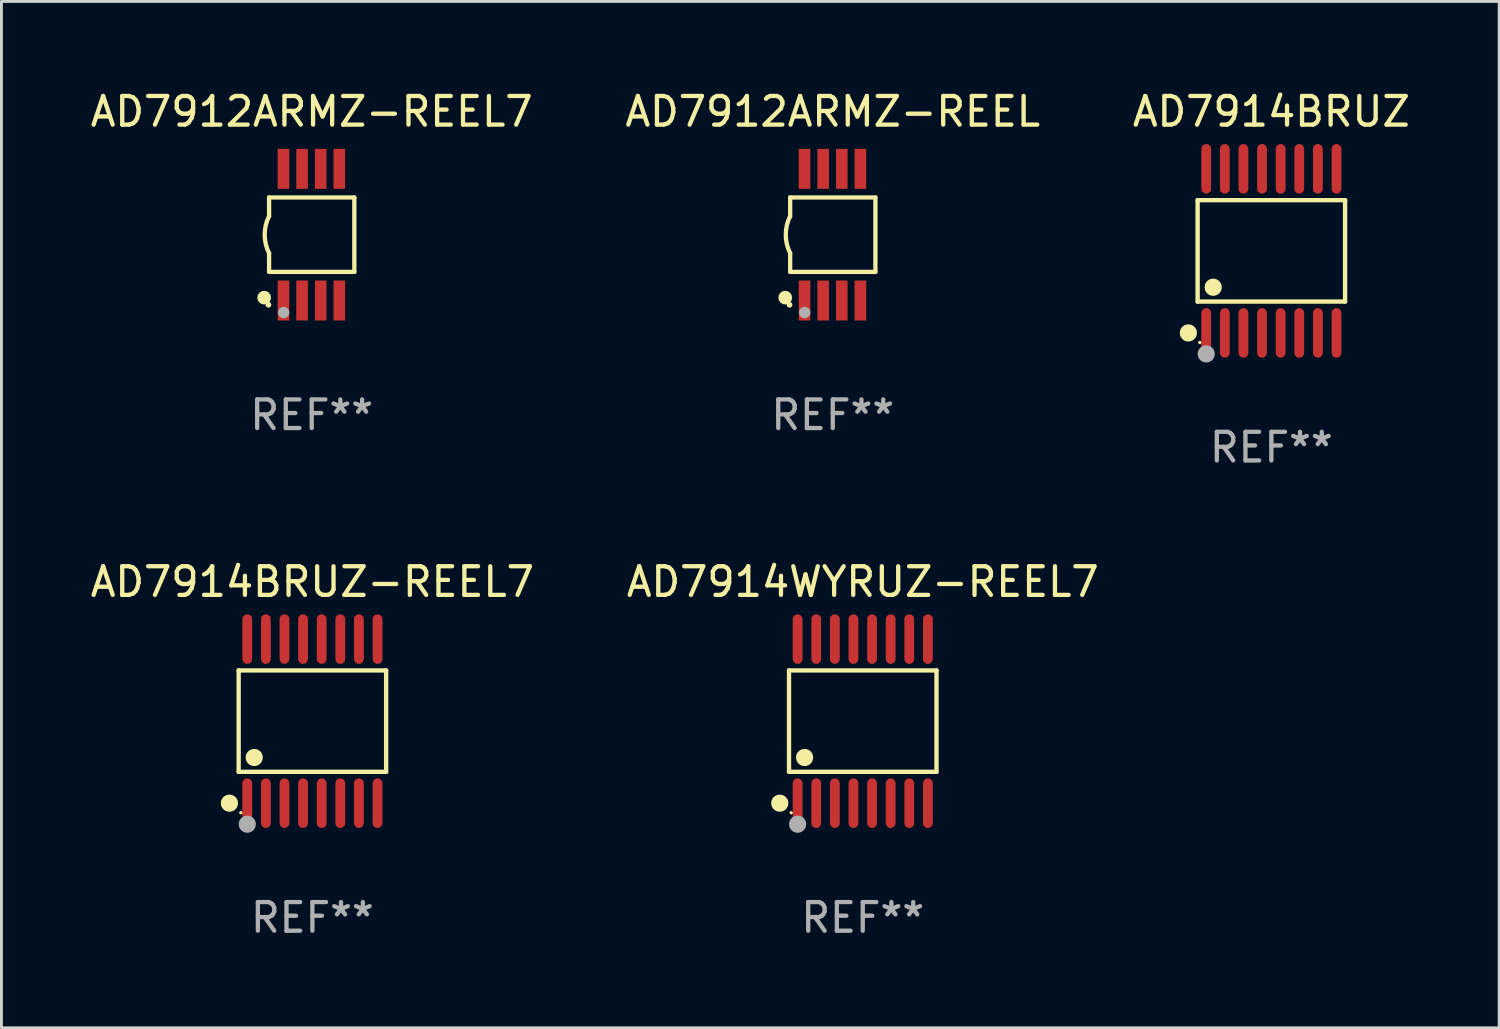
<source format=kicad_pcb>
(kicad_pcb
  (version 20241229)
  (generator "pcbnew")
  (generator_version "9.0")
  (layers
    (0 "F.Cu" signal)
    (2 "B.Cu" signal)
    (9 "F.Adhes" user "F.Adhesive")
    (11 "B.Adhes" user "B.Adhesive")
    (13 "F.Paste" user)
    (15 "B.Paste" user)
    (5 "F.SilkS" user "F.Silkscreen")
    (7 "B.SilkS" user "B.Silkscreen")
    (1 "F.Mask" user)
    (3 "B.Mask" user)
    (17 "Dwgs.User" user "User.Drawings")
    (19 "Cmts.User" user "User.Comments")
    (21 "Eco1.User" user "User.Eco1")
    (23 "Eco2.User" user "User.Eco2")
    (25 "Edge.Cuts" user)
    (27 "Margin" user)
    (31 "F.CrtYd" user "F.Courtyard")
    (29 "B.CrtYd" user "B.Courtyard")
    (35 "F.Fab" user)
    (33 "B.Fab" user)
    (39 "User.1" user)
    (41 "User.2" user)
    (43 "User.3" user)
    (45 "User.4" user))
  (footprint "AD7914WYRUZ-REEL7"
    (layer "F.Cu")
    (at 27.089 22.142)
    (property "Reference" "AD7914WYRUZ-REEL7" (at 0 -4.866 0) (layer "F.SilkS") (effects (font (size 1 1) (thickness 0.15))))
    (attr through_hole)
    (fp_line (start -2.576 -1.772) (end 2.576 -1.772) (stroke (width 0.152) (type solid)) (layer "F.SilkS"))
    (fp_line (start -2.576 1.771) (end -2.576 -1.772) (stroke (width 0.152) (type solid)) (layer "F.SilkS"))
    (fp_line (start 2.576 -1.772) (end 2.576 1.771) (stroke (width 0.152) (type solid)) (layer "F.SilkS"))
    (fp_line (start 2.576 1.771) (end -2.576 1.771) (stroke (width 0.152) (type solid)) (layer "F.SilkS"))
    (fp_circle (center -2.899 2.866) (end -2.749 2.866) (stroke (width 0.3) (type solid)) (fill no) (layer "F.SilkS"))
    (fp_circle (center -2.5 3.2) (end -2.47 3.2) (stroke (width 0.06) (type solid)) (fill no) (layer "F.SilkS"))
    (fp_circle (center -2.032 1.27) (end -1.882 1.27) (stroke (width 0.3) (type solid)) (fill no) (layer "F.SilkS"))
    (fp_circle (center -2.275 3.6) (end -2.125 3.6) (stroke (width 0.3) (type solid)) (fill no) (layer "F.Fab"))
    (fp_text user "REF**" (at 0 6.866 0) (layer "F.Fab") (effects (font (size 1 1) (thickness 0.15))))
    (pad "1" smd oval (at -2.275 2.866) (size 0.343 1.731) (layers "F.Cu" "F.Mask" "F.Paste"))
    (pad "2" smd oval (at -1.625 2.866) (size 0.343 1.731) (layers "F.Cu" "F.Mask" "F.Paste"))
    (pad "3" smd oval (at -0.975 2.866) (size 0.343 1.731) (layers "F.Cu" "F.Mask" "F.Paste"))
    (pad "4" smd oval (at -0.325 2.866) (size 0.343 1.731) (layers "F.Cu" "F.Mask" "F.Paste"))
    (pad "5" smd oval (at 0.325 2.866) (size 0.343 1.731) (layers "F.Cu" "F.Mask" "F.Paste"))
    (pad "6" smd oval (at 0.975 2.866) (size 0.343 1.731) (layers "F.Cu" "F.Mask" "F.Paste"))
    (pad "7" smd oval (at 1.625 2.866) (size 0.343 1.731) (layers "F.Cu" "F.Mask" "F.Paste"))
    (pad "8" smd oval (at 2.275 2.866) (size 0.343 1.731) (layers "F.Cu" "F.Mask" "F.Paste"))
    (pad "9" smd oval (at 2.275 -2.866) (size 0.343 1.731) (layers "F.Cu" "F.Mask" "F.Paste"))
    (pad "10" smd oval (at 1.625 -2.866) (size 0.343 1.731) (layers "F.Cu" "F.Mask" "F.Paste"))
    (pad "11" smd oval (at 0.975 -2.866) (size 0.343 1.731) (layers "F.Cu" "F.Mask" "F.Paste"))
    (pad "12" smd oval (at 0.325 -2.866) (size 0.343 1.731) (layers "F.Cu" "F.Mask" "F.Paste"))
    (pad "13" smd oval (at -0.325 -2.866) (size 0.343 1.731) (layers "F.Cu" "F.Mask" "F.Paste"))
    (pad "14" smd oval (at -0.975 -2.866) (size 0.343 1.731) (layers "F.Cu" "F.Mask" "F.Paste"))
    (pad "15" smd oval (at -1.625 -2.866) (size 0.343 1.731) (layers "F.Cu" "F.Mask" "F.Paste"))
    (pad "16" smd oval (at -2.275 -2.866) (size 0.343 1.731) (layers "F.Cu" "F.Mask" "F.Paste")))
  (footprint "AD7912ARMZ-REEL7"
    (layer "F.Cu")
    (at 7.839 5.148)
    (property "Reference" "AD7912ARMZ-REEL7" (at 0 -4.3 0) (layer "F.SilkS") (effects (font (size 1 1) (thickness 0.15))))
    (attr through_hole)
    (fp_line (start -1.489 -1.3) (end -1.489 -0.648) (stroke (width 0.15) (type solid)) (layer "F.SilkS"))
    (fp_line (start -1.489 0.648) (end -1.489 1.3) (stroke (width 0.15) (type solid)) (layer "F.SilkS"))
    (fp_line (start -1.489 1.3) (end 1.489 1.3) (stroke (width 0.15) (type solid)) (layer "F.SilkS"))
    (fp_line (start 1.489 -1.3) (end -1.489 -1.3) (stroke (width 0.15) (type solid)) (layer "F.SilkS"))
    (fp_line (start 1.489 1.3) (end 1.489 -1.3) (stroke (width 0.15) (type solid)) (layer "F.SilkS"))
    (fp_arc (start -1.489205 0.647702) (mid -1.642107 0) (end -1.489205 -0.647701) (stroke (width 0.150013) (type solid)) (layer "F.SilkS"))
    (fp_circle (center -1.661 2.2) (end -1.541 2.2) (stroke (width 0.24) (type solid)) (fill no) (layer "F.SilkS"))
    (fp_circle (center -1.511 2.45) (end -1.461 2.45) (stroke (width 0.1) (type solid)) (fill no) (layer "F.SilkS"))
    (fp_circle (center -0.981 2.72) (end -0.881 2.72) (stroke (width 0.2) (type solid)) (fill no) (layer "F.Fab"))
    (fp_text user "REF**" (at 0 6.3 0) (layer "F.Fab") (effects (font (size 1 1) (thickness 0.15))))
    (pad "1" smd rect (at -0.986 2.3) (size 0.406 1.397) (layers "F.Cu" "F.Mask" "F.Paste"))
    (pad "2" smd rect (at -0.336 2.3) (size 0.406 1.397) (layers "F.Cu" "F.Mask" "F.Paste"))
    (pad "3" smd rect (at 0.314 2.3) (size 0.406 1.397) (layers "F.Cu" "F.Mask" "F.Paste"))
    (pad "4" smd rect (at 0.964 2.3) (size 0.406 1.397) (layers "F.Cu" "F.Mask" "F.Paste"))
    (pad "5" smd rect (at 0.964 -2.3) (size 0.406 1.397) (layers "F.Cu" "F.Mask" "F.Paste"))
    (pad "6" smd rect (at 0.314 -2.3) (size 0.406 1.397) (layers "F.Cu" "F.Mask" "F.Paste"))
    (pad "7" smd rect (at -0.336 -2.3) (size 0.406 1.397) (layers "F.Cu" "F.Mask" "F.Paste"))
    (pad "8" smd rect (at -0.986 -2.3) (size 0.406 1.397) (layers "F.Cu" "F.Mask" "F.Paste")))
  (footprint "AD7914BRUZ"
    (layer "F.Cu")
    (at 41.363 5.714)
    (property "Reference" "AD7914BRUZ" (at 0 -4.866 0) (layer "F.SilkS") (effects (font (size 1 1) (thickness 0.15))))
    (attr through_hole)
    (fp_line (start -2.576 -1.772) (end 2.576 -1.772) (stroke (width 0.152) (type solid)) (layer "F.SilkS"))
    (fp_line (start -2.576 1.771) (end -2.576 -1.772) (stroke (width 0.152) (type solid)) (layer "F.SilkS"))
    (fp_line (start 2.576 -1.772) (end 2.576 1.771) (stroke (width 0.152) (type solid)) (layer "F.SilkS"))
    (fp_line (start 2.576 1.771) (end -2.576 1.771) (stroke (width 0.152) (type solid)) (layer "F.SilkS"))
    (fp_circle (center -2.899 2.866) (end -2.749 2.866) (stroke (width 0.3) (type solid)) (fill no) (layer "F.SilkS"))
    (fp_circle (center -2.5 3.2) (end -2.47 3.2) (stroke (width 0.06) (type solid)) (fill no) (layer "F.SilkS"))
    (fp_circle (center -2.032 1.27) (end -1.882 1.27) (stroke (width 0.3) (type solid)) (fill no) (layer "F.SilkS"))
    (fp_circle (center -2.275 3.6) (end -2.125 3.6) (stroke (width 0.3) (type solid)) (fill no) (layer "F.Fab"))
    (fp_text user "REF**" (at 0 6.866 0) (layer "F.Fab") (effects (font (size 1 1) (thickness 0.15))))
    (pad "1" smd oval (at -2.275 2.866) (size 0.343 1.731) (layers "F.Cu" "F.Mask" "F.Paste"))
    (pad "2" smd oval (at -1.625 2.866) (size 0.343 1.731) (layers "F.Cu" "F.Mask" "F.Paste"))
    (pad "3" smd oval (at -0.975 2.866) (size 0.343 1.731) (layers "F.Cu" "F.Mask" "F.Paste"))
    (pad "4" smd oval (at -0.325 2.866) (size 0.343 1.731) (layers "F.Cu" "F.Mask" "F.Paste"))
    (pad "5" smd oval (at 0.325 2.866) (size 0.343 1.731) (layers "F.Cu" "F.Mask" "F.Paste"))
    (pad "6" smd oval (at 0.975 2.866) (size 0.343 1.731) (layers "F.Cu" "F.Mask" "F.Paste"))
    (pad "7" smd oval (at 1.625 2.866) (size 0.343 1.731) (layers "F.Cu" "F.Mask" "F.Paste"))
    (pad "8" smd oval (at 2.275 2.866) (size 0.343 1.731) (layers "F.Cu" "F.Mask" "F.Paste"))
    (pad "9" smd oval (at 2.275 -2.866) (size 0.343 1.731) (layers "F.Cu" "F.Mask" "F.Paste"))
    (pad "10" smd oval (at 1.625 -2.866) (size 0.343 1.731) (layers "F.Cu" "F.Mask" "F.Paste"))
    (pad "11" smd oval (at 0.975 -2.866) (size 0.343 1.731) (layers "F.Cu" "F.Mask" "F.Paste"))
    (pad "12" smd oval (at 0.325 -2.866) (size 0.343 1.731) (layers "F.Cu" "F.Mask" "F.Paste"))
    (pad "13" smd oval (at -0.325 -2.866) (size 0.343 1.731) (layers "F.Cu" "F.Mask" "F.Paste"))
    (pad "14" smd oval (at -0.975 -2.866) (size 0.343 1.731) (layers "F.Cu" "F.Mask" "F.Paste"))
    (pad "15" smd oval (at -1.625 -2.866) (size 0.343 1.731) (layers "F.Cu" "F.Mask" "F.Paste"))
    (pad "16" smd oval (at -2.275 -2.866) (size 0.343 1.731) (layers "F.Cu" "F.Mask" "F.Paste")))
  (footprint "AD7914BRUZ-REEL7"
    (layer "F.Cu")
    (at 7.863 22.142)
    (property "Reference" "AD7914BRUZ-REEL7" (at 0 -4.866 0) (layer "F.SilkS") (effects (font (size 1 1) (thickness 0.15))))
    (attr through_hole)
    (fp_line (start -2.576 -1.772) (end 2.576 -1.772) (stroke (width 0.152) (type solid)) (layer "F.SilkS"))
    (fp_line (start -2.576 1.771) (end -2.576 -1.772) (stroke (width 0.152) (type solid)) (layer "F.SilkS"))
    (fp_line (start 2.576 -1.772) (end 2.576 1.771) (stroke (width 0.152) (type solid)) (layer "F.SilkS"))
    (fp_line (start 2.576 1.771) (end -2.576 1.771) (stroke (width 0.152) (type solid)) (layer "F.SilkS"))
    (fp_circle (center -2.899 2.866) (end -2.749 2.866) (stroke (width 0.3) (type solid)) (fill no) (layer "F.SilkS"))
    (fp_circle (center -2.5 3.2) (end -2.47 3.2) (stroke (width 0.06) (type solid)) (fill no) (layer "F.SilkS"))
    (fp_circle (center -2.032 1.27) (end -1.882 1.27) (stroke (width 0.3) (type solid)) (fill no) (layer "F.SilkS"))
    (fp_circle (center -2.275 3.6) (end -2.125 3.6) (stroke (width 0.3) (type solid)) (fill no) (layer "F.Fab"))
    (fp_text user "REF**" (at 0 6.866 0) (layer "F.Fab") (effects (font (size 1 1) (thickness 0.15))))
    (pad "1" smd oval (at -2.275 2.866) (size 0.343 1.731) (layers "F.Cu" "F.Mask" "F.Paste"))
    (pad "2" smd oval (at -1.625 2.866) (size 0.343 1.731) (layers "F.Cu" "F.Mask" "F.Paste"))
    (pad "3" smd oval (at -0.975 2.866) (size 0.343 1.731) (layers "F.Cu" "F.Mask" "F.Paste"))
    (pad "4" smd oval (at -0.325 2.866) (size 0.343 1.731) (layers "F.Cu" "F.Mask" "F.Paste"))
    (pad "5" smd oval (at 0.325 2.866) (size 0.343 1.731) (layers "F.Cu" "F.Mask" "F.Paste"))
    (pad "6" smd oval (at 0.975 2.866) (size 0.343 1.731) (layers "F.Cu" "F.Mask" "F.Paste"))
    (pad "7" smd oval (at 1.625 2.866) (size 0.343 1.731) (layers "F.Cu" "F.Mask" "F.Paste"))
    (pad "8" smd oval (at 2.275 2.866) (size 0.343 1.731) (layers "F.Cu" "F.Mask" "F.Paste"))
    (pad "9" smd oval (at 2.275 -2.866) (size 0.343 1.731) (layers "F.Cu" "F.Mask" "F.Paste"))
    (pad "10" smd oval (at 1.625 -2.866) (size 0.343 1.731) (layers "F.Cu" "F.Mask" "F.Paste"))
    (pad "11" smd oval (at 0.975 -2.866) (size 0.343 1.731) (layers "F.Cu" "F.Mask" "F.Paste"))
    (pad "12" smd oval (at 0.325 -2.866) (size 0.343 1.731) (layers "F.Cu" "F.Mask" "F.Paste"))
    (pad "13" smd oval (at -0.325 -2.866) (size 0.343 1.731) (layers "F.Cu" "F.Mask" "F.Paste"))
    (pad "14" smd oval (at -0.975 -2.866) (size 0.343 1.731) (layers "F.Cu" "F.Mask" "F.Paste"))
    (pad "15" smd oval (at -1.625 -2.866) (size 0.343 1.731) (layers "F.Cu" "F.Mask" "F.Paste"))
    (pad "16" smd oval (at -2.275 -2.866) (size 0.343 1.731) (layers "F.Cu" "F.Mask" "F.Paste")))
  (footprint "AD7912ARMZ-REEL"
    (layer "F.Cu")
    (at 26.042 5.148)
    (property "Reference" "AD7912ARMZ-REEL" (at 0 -4.3 0) (layer "F.SilkS") (effects (font (size 1 1) (thickness 0.15))))
    (attr through_hole)
    (fp_line (start -1.489 -1.3) (end -1.489 -0.648) (stroke (width 0.15) (type solid)) (layer "F.SilkS"))
    (fp_line (start -1.489 0.648) (end -1.489 1.3) (stroke (width 0.15) (type solid)) (layer "F.SilkS"))
    (fp_line (start -1.489 1.3) (end 1.489 1.3) (stroke (width 0.15) (type solid)) (layer "F.SilkS"))
    (fp_line (start 1.489 -1.3) (end -1.489 -1.3) (stroke (width 0.15) (type solid)) (layer "F.SilkS"))
    (fp_line (start 1.489 1.3) (end 1.489 -1.3) (stroke (width 0.15) (type solid)) (layer "F.SilkS"))
    (fp_arc (start -1.489205 0.647702) (mid -1.642107 0) (end -1.489205 -0.647701) (stroke (width 0.150013) (type solid)) (layer "F.SilkS"))
    (fp_circle (center -1.661 2.2) (end -1.541 2.2) (stroke (width 0.24) (type solid)) (fill no) (layer "F.SilkS"))
    (fp_circle (center -1.511 2.45) (end -1.461 2.45) (stroke (width 0.1) (type solid)) (fill no) (layer "F.SilkS"))
    (fp_circle (center -0.981 2.72) (end -0.881 2.72) (stroke (width 0.2) (type solid)) (fill no) (layer "F.Fab"))
    (fp_text user "REF**" (at 0 6.3 0) (layer "F.Fab") (effects (font (size 1 1) (thickness 0.15))))
    (pad "1" smd rect (at -0.986 2.3) (size 0.406 1.397) (layers "F.Cu" "F.Mask" "F.Paste"))
    (pad "2" smd rect (at -0.336 2.3) (size 0.406 1.397) (layers "F.Cu" "F.Mask" "F.Paste"))
    (pad "3" smd rect (at 0.314 2.3) (size 0.406 1.397) (layers "F.Cu" "F.Mask" "F.Paste"))
    (pad "4" smd rect (at 0.964 2.3) (size 0.406 1.397) (layers "F.Cu" "F.Mask" "F.Paste"))
    (pad "5" smd rect (at 0.964 -2.3) (size 0.406 1.397) (layers "F.Cu" "F.Mask" "F.Paste"))
    (pad "6" smd rect (at 0.314 -2.3) (size 0.406 1.397) (layers "F.Cu" "F.Mask" "F.Paste"))
    (pad "7" smd rect (at -0.336 -2.3) (size 0.406 1.397) (layers "F.Cu" "F.Mask" "F.Paste"))
    (pad "8" smd rect (at -0.986 -2.3) (size 0.406 1.397) (layers "F.Cu" "F.Mask" "F.Paste")))
  (gr_rect
    (start -3 -3)
    (end 49.321 32.856)
    (stroke (width 0.1) (type default))
    (fill no)
    (layer "Edge.Cuts")))
</source>
